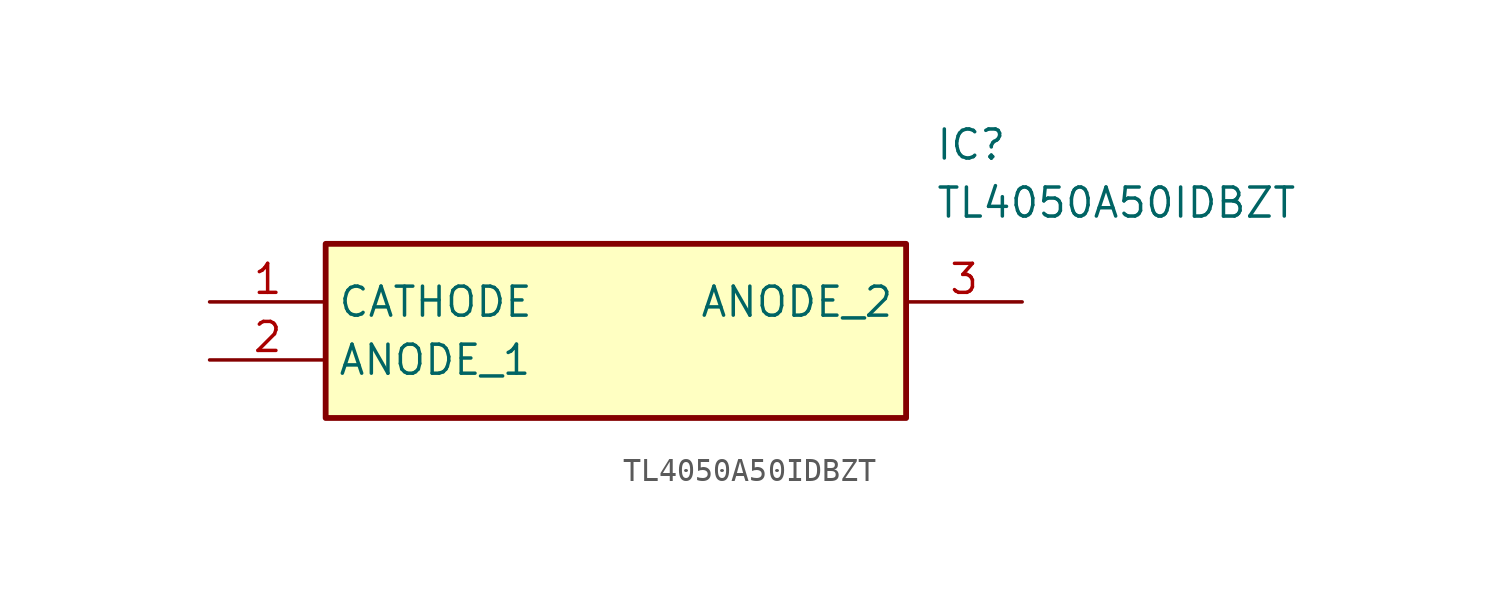
<source format=kicad_sym>
(kicad_symbol_lib
  (version 20211014)
  (generator SamacSys_ECAD_Model)
  (symbol "TL4050A50IDBZT"
    (property "Reference" "IC"
      (at 31.75 7.62 0)
      (effects (font (size 1.27 1.27)) (justify left top)))
    (property "Value" "TL4050A50IDBZT"
      (at 31.75 5.08 0)
      (effects (font (size 1.27 1.27)) (justify left top)))
    (rectangle
      (start 5.08 2.54)
      (end 30.48 -5.08)
      (stroke (width 0.254) (type default))
      (fill (type background)))
    (pin passive line
      (at 0 0 0)
      (length 5.08)
      (name "CATHODE" (effects (font (size 1.27 1.27))))
      (number "1" (effects (font (size 1.27 1.27)))))
    (pin passive line
      (at 0 -2.54 0)
      (length 5.08)
      (name "ANODE_1" (effects (font (size 1.27 1.27))))
      (number "2" (effects (font (size 1.27 1.27)))))
    (pin passive line
      (at 35.56 0 180)
      (length 5.08)
      (name "ANODE_2" (effects (font (size 1.27 1.27))))
      (number "3" (effects (font (size 1.27 1.27)))))))
</source>
